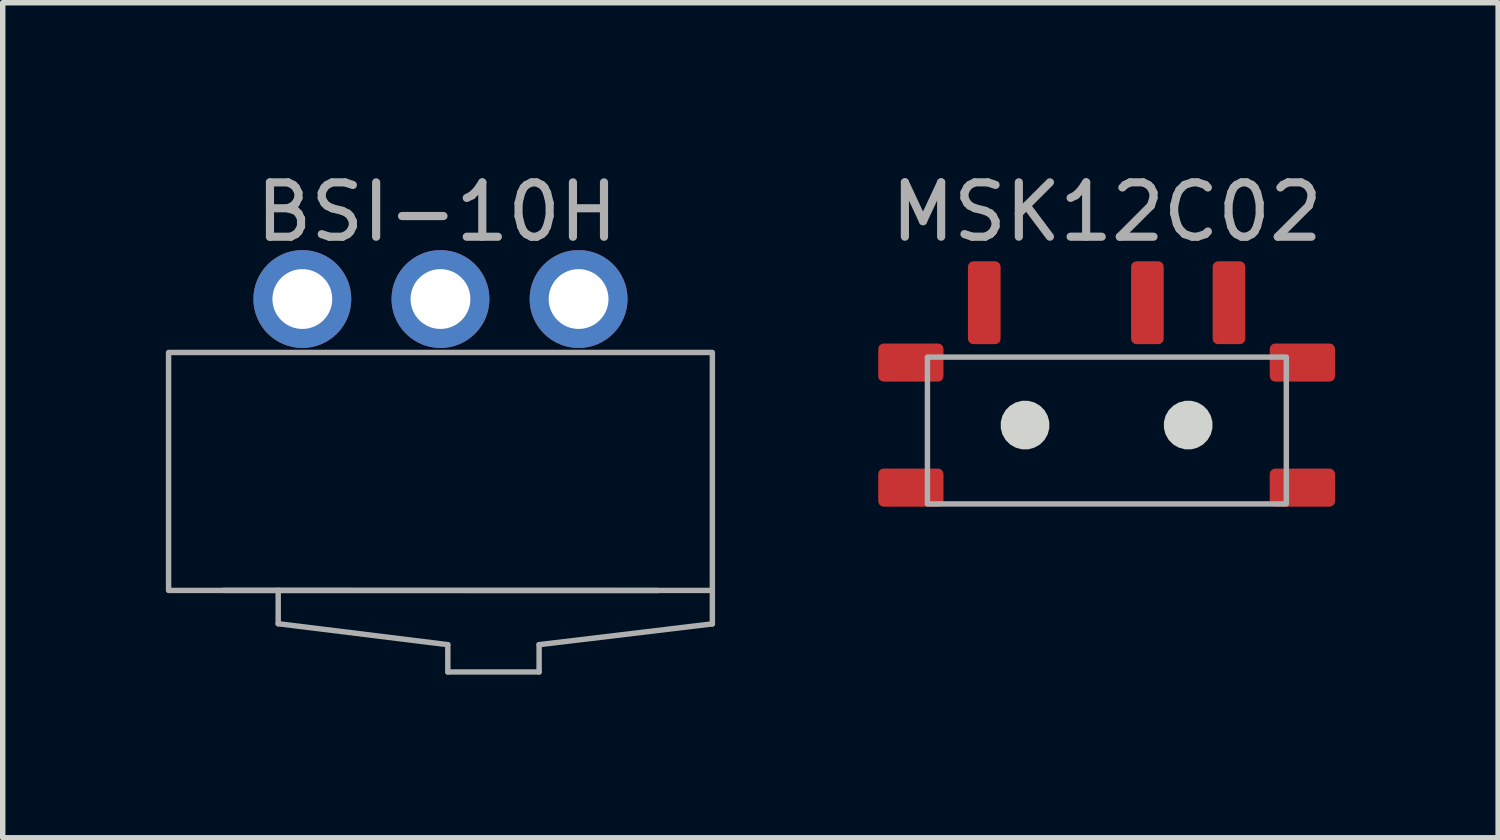
<source format=kicad_pcb>
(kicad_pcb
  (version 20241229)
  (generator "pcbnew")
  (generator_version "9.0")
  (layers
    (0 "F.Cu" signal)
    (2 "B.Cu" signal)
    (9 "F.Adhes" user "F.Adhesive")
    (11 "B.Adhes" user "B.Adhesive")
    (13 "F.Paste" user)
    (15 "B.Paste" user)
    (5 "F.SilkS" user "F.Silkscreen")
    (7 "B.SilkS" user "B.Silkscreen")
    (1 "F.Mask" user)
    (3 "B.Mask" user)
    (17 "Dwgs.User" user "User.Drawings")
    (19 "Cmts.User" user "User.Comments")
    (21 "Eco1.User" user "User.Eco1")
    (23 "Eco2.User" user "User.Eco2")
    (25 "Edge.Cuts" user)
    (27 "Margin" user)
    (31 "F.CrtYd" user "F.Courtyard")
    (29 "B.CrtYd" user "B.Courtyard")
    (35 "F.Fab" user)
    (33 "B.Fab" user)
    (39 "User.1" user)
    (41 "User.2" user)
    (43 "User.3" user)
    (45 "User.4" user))
  (footprint "BSI-10H"
    (layer "F.Cu")
    (at 5.05 5.62)
    (property "Reference" "BSI-10H" (at -0.064 -4.771 0) (layer "F.Fab") (effects (font (size 1 1) (thickness 0.15))))
    (fp_line (start -3.992 2.187) (end 3.992 2.189) (stroke (width 0.1) (type default)) (layer "F.Fab"))
    (fp_line (start -2.984 2.8) (end -2.984 2.185) (stroke (width 0.1) (type solid)) (layer "F.Fab"))
    (fp_line (start 0.135 3.185) (end -2.984 2.8) (stroke (width 0.1) (type default)) (layer "F.Fab"))
    (fp_line (start 0.135 3.687) (end 0.135 3.185) (stroke (width 0.1) (type solid)) (layer "F.Fab"))
    (fp_line (start 1.814 3.687) (end 0.135 3.687) (stroke (width 0.1) (type solid)) (layer "F.Fab"))
    (fp_line (start 1.814 3.687) (end 1.814 3.185) (stroke (width 0.1) (type solid)) (layer "F.Fab"))
    (fp_line (start 5 2.803) (end 1.814 3.185) (stroke (width 0.1) (type default)) (layer "F.Fab"))
    (fp_line (start 5 2.803) (end 5 2.188) (stroke (width 0.1) (type solid)) (layer "F.Fab"))
    (fp_rect (start -5 -2.188) (end 5 2.188) (stroke (width 0.1) (type solid)) (fill no) (layer "F.Fab"))
    (fp_poly (pts (xy -2.24 -2.871) (xy -2.84 -2.871) (xy -2.84 -3.471) (xy -2.24 -3.471)) (stroke (width 0.1) (type default)) (fill no) (layer "User.1"))
    (fp_poly (pts (xy 0.3 -2.871) (xy -0.3 -2.871) (xy -0.3 -3.471) (xy 0.3 -3.471)) (stroke (width 0.1) (type default)) (fill no) (layer "User.1"))
    (fp_poly (pts (xy 2.84 -2.871) (xy 2.24 -2.871) (xy 2.24 -3.471) (xy 2.84 -3.471)) (stroke (width 0.1) (type default)) (fill no) (layer "User.1"))
    (pad "1" thru_hole circle (at 0 -3.171 180) (size 1.8 1.8) (drill 1.1) (layers "*.Cu" "*.Mask"))
    (pad "2" thru_hole circle (at 2.54 -3.171 180) (size 1.8 1.8) (drill 1.1) (layers "*.Cu" "*.Mask"))
    (pad "3" thru_hole circle (at -2.54 -3.171 180) (size 1.8 1.8) (drill 1.1) (layers "*.Cu" "*.Mask")))
  (footprint "MSK12C02"
    (layer "F.Cu")
    (at 17.305 4.023)
    (property "Reference" "MSK12C02" (at 0 -3.175 0) (layer "F.Fab") (effects (font (size 1 1) (thickness 0.15))))
    (fp_poly (pts (xy -1.059 0.685) (xy -1.089 0.572) (xy -1.148 0.47) (xy -1.231 0.387) (xy -1.333 0.328) (xy -1.446 0.298) (xy -1.563 0.298) (xy -1.677 0.328) (xy -1.779 0.387) (xy -1.862 0.47) (xy -1.921 0.572) (xy -1.951 0.685) (xy -1.951 0.802) (xy -1.921 0.916) (xy -1.862 1.018) (xy -1.779 1.101) (xy -1.677 1.159) (xy -1.563 1.19) (xy -1.446 1.19) (xy -1.333 1.159) (xy -1.231 1.101) (xy -1.148 1.018) (xy -1.089 0.916) (xy -1.059 0.802)) (stroke (width 0) (type default)) (fill yes) (layer "Edge.Cuts"))
    (fp_poly (pts (xy 1.941 0.685) (xy 1.911 0.572) (xy 1.852 0.47) (xy 1.769 0.387) (xy 1.667 0.328) (xy 1.554 0.298) (xy 1.437 0.298) (xy 1.323 0.328) (xy 1.221 0.387) (xy 1.138 0.47) (xy 1.079 0.572) (xy 1.049 0.685) (xy 1.049 0.802) (xy 1.079 0.916) (xy 1.138 1.018) (xy 1.221 1.101) (xy 1.323 1.159) (xy 1.437 1.19) (xy 1.554 1.19) (xy 1.667 1.159) (xy 1.769 1.101) (xy 1.852 1.018) (xy 1.911 0.916) (xy 1.941 0.802)) (stroke (width 0) (type default)) (fill yes) (layer "Edge.Cuts"))
    (fp_rect (start -3.3 -0.506) (end 3.3 2.194) (stroke (width 0.1) (type solid)) (fill no) (layer "F.Fab"))
    (pad "1" smd roundrect (at -2.255 -1.506 90) (size 1.524 0.6) (layers "F.Cu" "F.Mask" "F.Paste") (roundrect_rratio 0.167))
    (pad "2" smd roundrect (at 0.745 -1.506 90) (size 1.524 0.6) (layers "F.Cu" "F.Mask" "F.Paste") (roundrect_rratio 0.167))
    (pad "3" smd roundrect (at 2.245 -1.506 90) (size 1.524 0.6) (layers "F.Cu" "F.Mask" "F.Paste") (roundrect_rratio 0.167))
    (pad "4" smd roundrect (at -3.605 -0.406 180) (size 1.2 0.7) (layers "F.Cu" "F.Mask" "F.Paste") (roundrect_rratio 0.143))
    (pad "4" smd roundrect (at -3.605 1.894 180) (size 1.2 0.7) (layers "F.Cu" "F.Mask" "F.Paste") (roundrect_rratio 0.143))
    (pad "4" smd roundrect (at 3.595 -0.406 180) (size 1.2 0.7) (layers "F.Cu" "F.Mask" "F.Paste") (roundrect_rratio 0.143))
    (pad "4" smd roundrect (at 3.595 1.894 180) (size 1.2 0.7) (layers "F.Cu" "F.Mask" "F.Paste") (roundrect_rratio 0.143)))
  (gr_rect
    (start -3 -3)
    (end 24.5 12.356)
    (stroke (width 0.1) (type default))
    (fill no)
    (layer "Edge.Cuts")))
</source>
